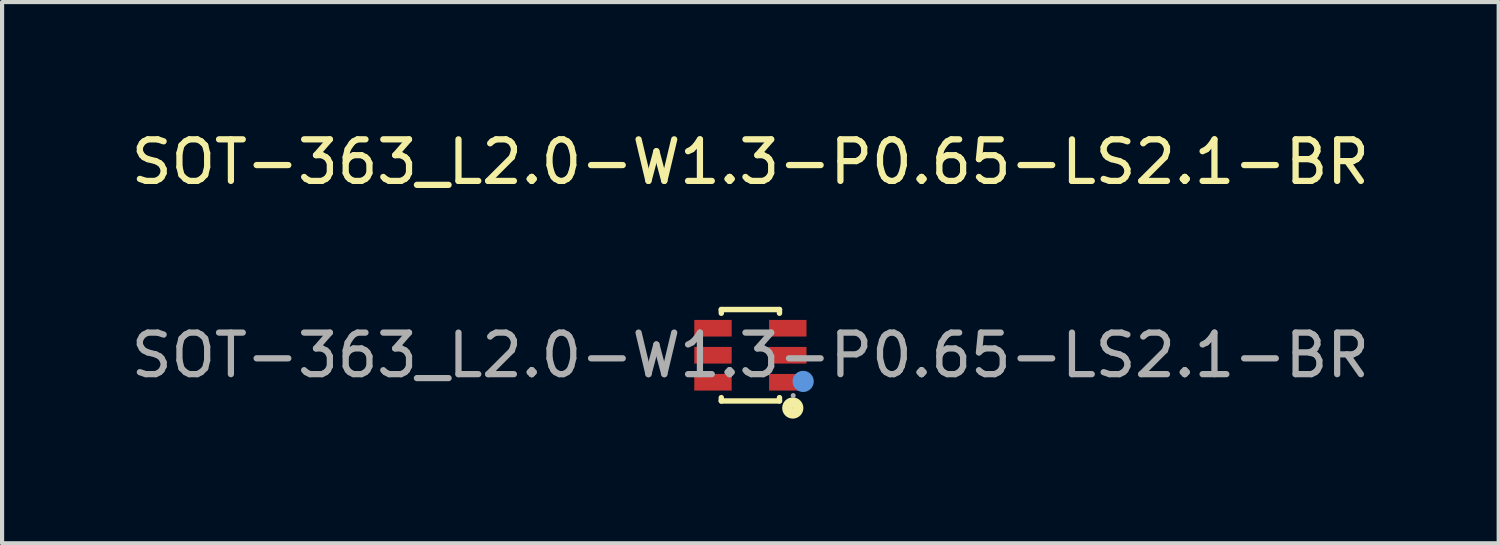
<source format=kicad_pcb>
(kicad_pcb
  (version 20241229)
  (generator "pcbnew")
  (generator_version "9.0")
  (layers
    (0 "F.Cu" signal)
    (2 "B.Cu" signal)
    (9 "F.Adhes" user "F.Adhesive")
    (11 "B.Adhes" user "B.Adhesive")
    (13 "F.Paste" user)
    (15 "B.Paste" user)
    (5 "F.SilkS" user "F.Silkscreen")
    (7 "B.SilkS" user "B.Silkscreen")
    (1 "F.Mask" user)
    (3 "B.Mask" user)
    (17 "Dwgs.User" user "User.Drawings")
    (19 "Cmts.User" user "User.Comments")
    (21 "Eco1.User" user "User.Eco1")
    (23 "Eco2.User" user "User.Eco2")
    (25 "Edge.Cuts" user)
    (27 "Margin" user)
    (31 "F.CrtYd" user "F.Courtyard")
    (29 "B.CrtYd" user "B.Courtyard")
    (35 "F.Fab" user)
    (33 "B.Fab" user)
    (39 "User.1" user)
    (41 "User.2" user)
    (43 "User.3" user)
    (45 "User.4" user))
  (footprint "SOT-363_L2.0-W1.3-P0.65-LS2.1-BR"
    (layer "F.Cu")
    (at 15.006 5.498)
    (property "Reference" "SOT-363_L2.0-W1.3-P0.65-LS2.1-BR" (at 0 -4.65 0) (layer "F.SilkS") (effects (font (size 1 1) (thickness 0.15))))
    (attr smd)
    (fp_line (start -0.7 -1.01) (end -0.7 -1.1) (stroke (width 0.13) (type solid)) (layer "F.SilkS"))
    (fp_line (start -0.7 1.1) (end -0.7 1.02) (stroke (width 0.13) (type solid)) (layer "F.SilkS"))
    (fp_line (start 0.7 -1.1) (end -0.7 -1.1) (stroke (width 0.13) (type solid)) (layer "F.SilkS"))
    (fp_line (start 0.7 -1.01) (end 0.7 -1.1) (stroke (width 0.13) (type solid)) (layer "F.SilkS"))
    (fp_line (start 0.7 1.1) (end -0.7 1.1) (stroke (width 0.13) (type solid)) (layer "F.SilkS"))
    (fp_line (start 0.7 1.1) (end 0.7 1.02) (stroke (width 0.13) (type solid)) (layer "F.SilkS"))
    (fp_circle (center 1.02 1.27) (end 1.15 1.27) (stroke (width 0.25) (type solid)) (fill no) (layer "F.SilkS"))
    (fp_circle (center 1.27 0.63) (end 1.4 0.63) (stroke (width 0.25) (type solid)) (fill no) (layer "Cmts.User"))
    (fp_circle (center 1.03 0.97) (end 1.06 0.97) (stroke (width 0.06) (type solid)) (fill no) (layer "F.Fab"))
    (fp_text user "${REFERENCE}" (at 0 0 0) (layer "F.Fab") (effects (font (size 1 1) (thickness 0.15))))
    (pad "1" smd rect (at 0.9 0.65 90) (size 0.4 0.9) (layers "F.Cu" "F.Mask" "F.Paste"))
    (pad "2" smd rect (at 0.9 0 90) (size 0.4 0.9) (layers "F.Cu" "F.Mask" "F.Paste"))
    (pad "3" smd rect (at 0.9 -0.65 90) (size 0.4 0.9) (layers "F.Cu" "F.Mask" "F.Paste"))
    (pad "4" smd rect (at -0.9 -0.65 90) (size 0.4 0.9) (layers "F.Cu" "F.Mask" "F.Paste"))
    (pad "5" smd rect (at -0.9 0 90) (size 0.4 0.9) (layers "F.Cu" "F.Mask" "F.Paste"))
    (pad "6" smd rect (at -0.9 0.65 90) (size 0.4 0.9) (layers "F.Cu" "F.Mask" "F.Paste")))
  (gr_rect
    (start -3 -3)
    (end 33.012 10.023)
    (stroke (width 0.1) (type default))
    (fill no)
    (layer "Edge.Cuts")))
</source>
